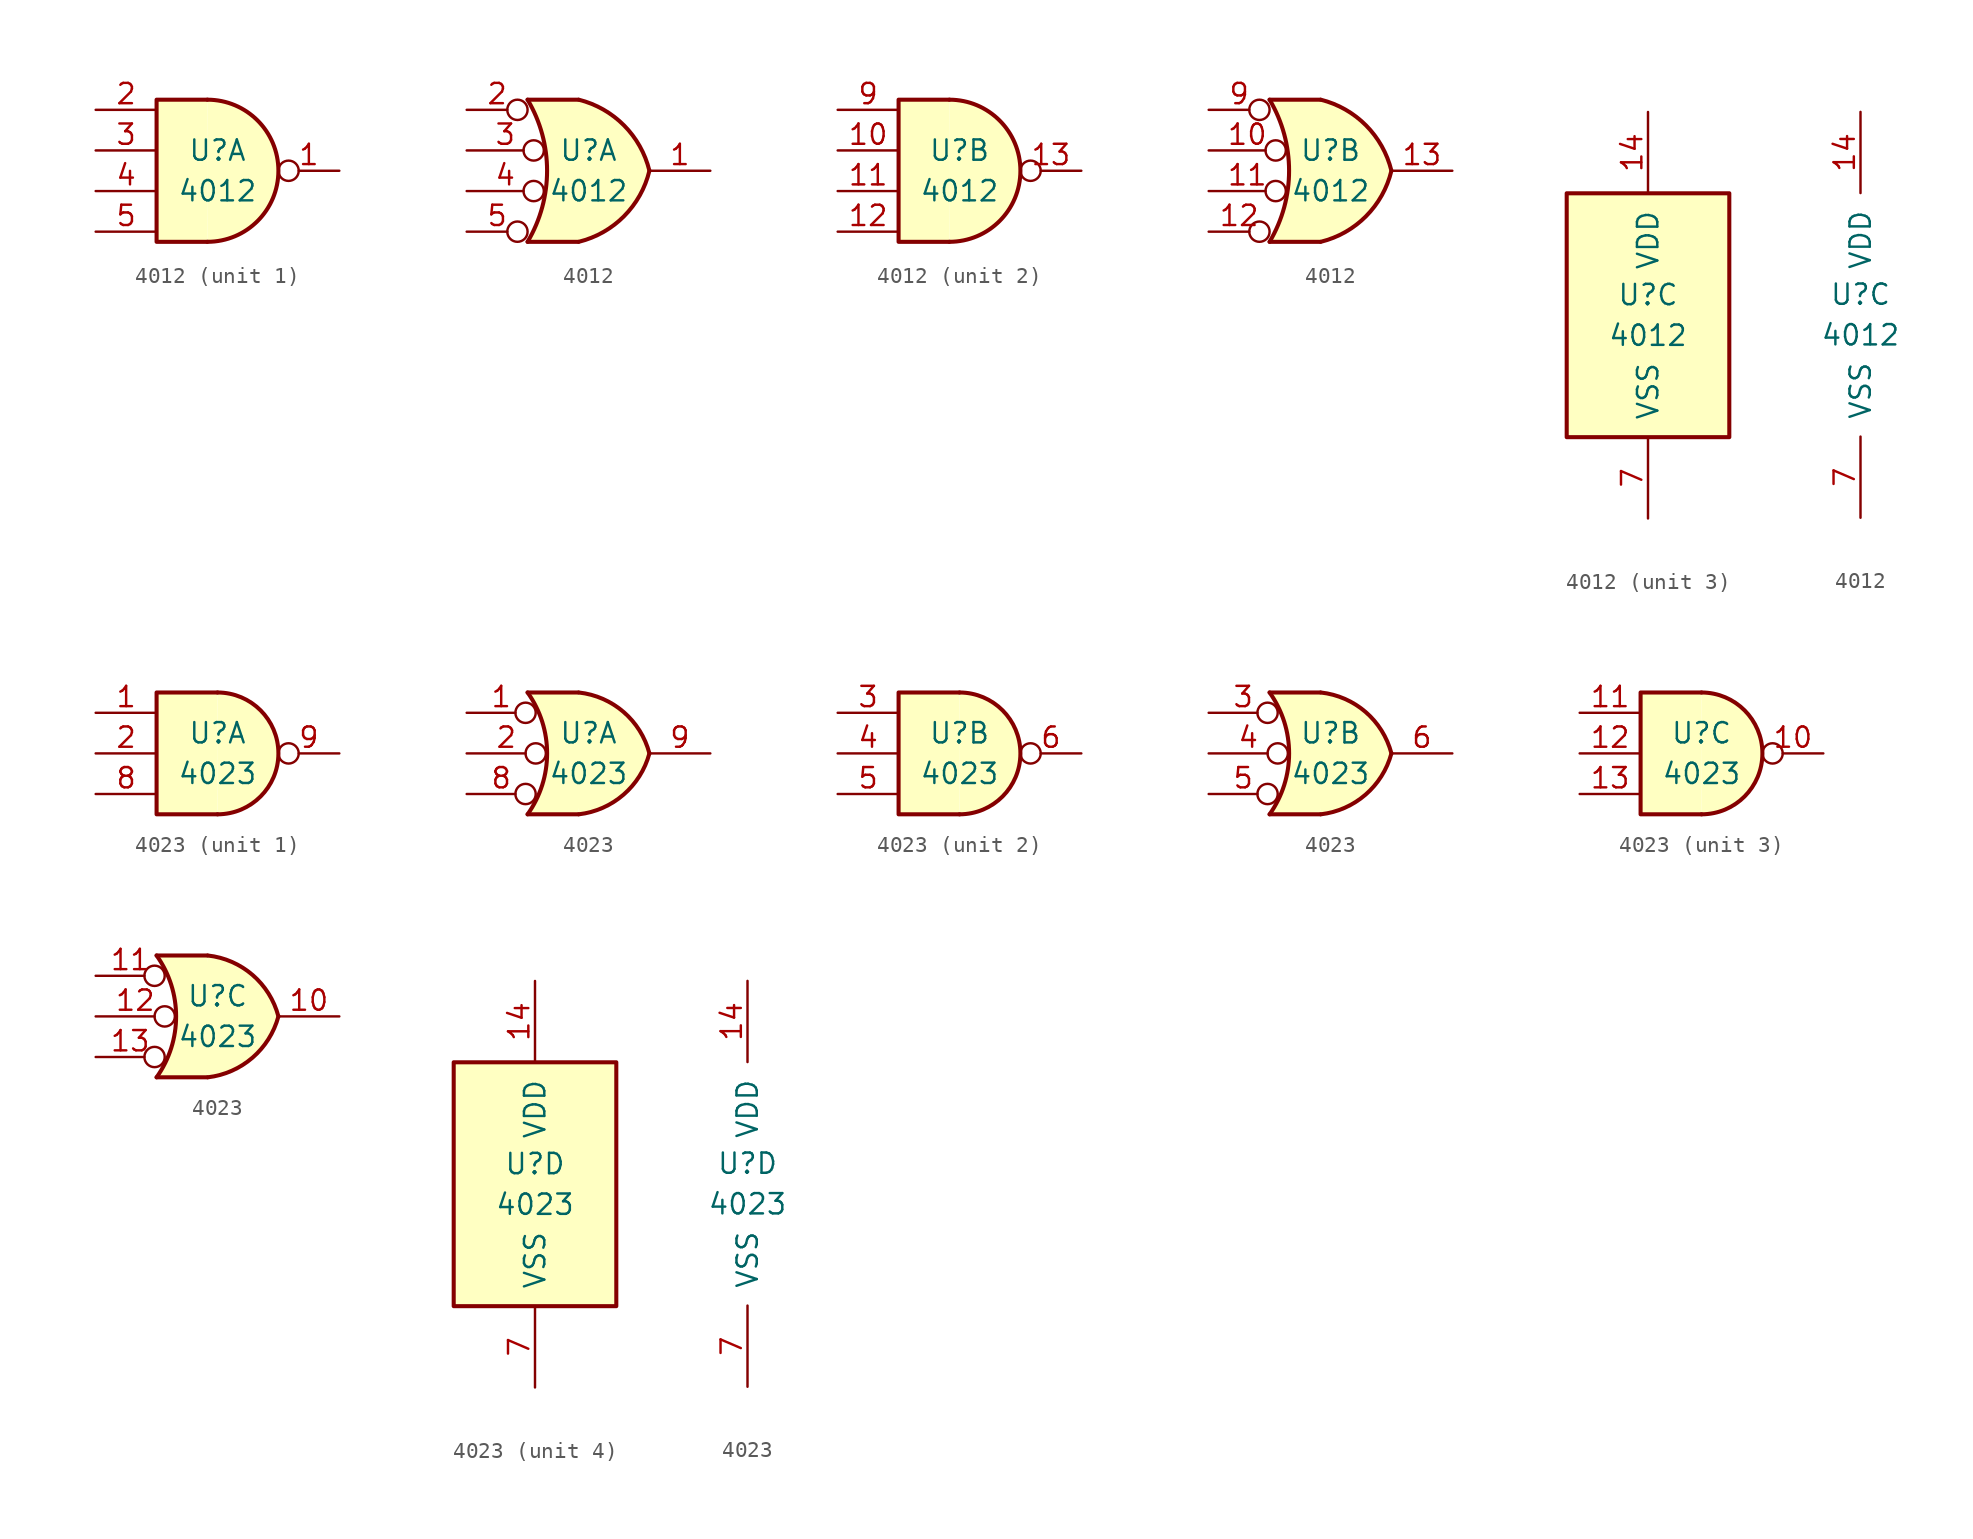
<source format=kicad_sym>
(kicad_symbol_lib
  (version 20211014)
  (generator kicad_symbol_editor)
  (symbol "4012"
    (pin_names
      (offset 1.016))
    (property "Reference" "U"
      (at 0 1.27 0)
      (effects (font (size 1.27 1.27))))
    (property "Value" "4012"
      (at 0 -1.27 0)
      (effects (font (size 1.27 1.27))))
    (property "ki_locked" ""
      (at 0 0 0)
      (effects (font (size 1.27 1.27))))
    (symbol "4012_1_1"
      (arc (start -0.635 -4.445) (mid 3.81 0) (end -0.635 4.445) (stroke (width 0.254) (type default) (color 0 0 0 0)) (fill (type background)))
      (polyline (pts (xy -0.635 4.445) (xy -3.81 4.445) (xy -3.81 -4.445) (xy -0.635 -4.445)) (stroke (width 0.254) (type default) (color 0 0 0 0)) (fill (type background)))
      (pin output inverted (at 7.62 0 180) (length 3.81) (name "~" (effects (font (size 1.27 1.27)))) (number "1" (effects (font (size 1.27 1.27)))))
      (pin input line (at -7.62 3.81 0) (length 3.81) (name "~" (effects (font (size 1.27 1.27)))) (number "2" (effects (font (size 1.27 1.27)))))
      (pin input line (at -7.62 1.27 0) (length 3.81) (name "~" (effects (font (size 1.27 1.27)))) (number "3" (effects (font (size 1.27 1.27)))))
      (pin input line (at -7.62 -1.27 0) (length 3.81) (name "~" (effects (font (size 1.27 1.27)))) (number "4" (effects (font (size 1.27 1.27)))))
      (pin input line (at -7.62 -3.81 0) (length 3.81) (name "~" (effects (font (size 1.27 1.27)))) (number "5" (effects (font (size 1.27 1.27))))))
    (symbol "4012_1_2"
      (arc (start -3.81 -4.445) (mid -2.5908 0) (end -3.81 4.445) (stroke (width 0.254) (type default) (color 0 0 0 0)) (fill (type none)))
      (arc (start -0.6096 -4.445) (mid 2.224 -2.8428) (end 3.81 0) (stroke (width 0.254) (type default) (color 0 0 0 0)) (fill (type background)))
      (polyline (pts (xy -3.81 -4.445) (xy -0.635 -4.445)) (stroke (width 0.254) (type default) (color 0 0 0 0)) (fill (type background)))
      (polyline (pts (xy -3.81 4.445) (xy -0.635 4.445)) (stroke (width 0.254) (type default) (color 0 0 0 0)) (fill (type background)))
      (polyline (pts (xy -0.635 4.445) (xy -3.81 4.445) (xy -3.81 4.445) (xy -3.632 4.089) (xy -3.099 2.921) (xy -2.769 1.676) (xy -2.616 0.432) (xy -2.642 -0.864) (xy -2.87 -2.108) (xy -3.251 -3.327) (xy -3.81 -4.445) (xy -3.81 -4.445) (xy -0.635 -4.445)) (stroke (width -25.4) (type default) (color 0 0 0 0)) (fill (type background)))
      (arc (start 3.81 0) (mid 2.2198 2.8385) (end -0.6096 4.445) (stroke (width 0.254) (type default) (color 0 0 0 0)) (fill (type background)))
      (pin output line (at 7.62 0 180) (length 3.81) (name "~" (effects (font (size 1.27 1.27)))) (number "1" (effects (font (size 1.27 1.27)))))
      (pin input inverted (at -7.62 3.81 0) (length 3.81) (name "~" (effects (font (size 1.27 1.27)))) (number "2" (effects (font (size 1.27 1.27)))))
      (pin input inverted (at -7.62 1.27 0) (length 4.826) (name "~" (effects (font (size 1.27 1.27)))) (number "3" (effects (font (size 1.27 1.27)))))
      (pin input inverted (at -7.62 -1.27 0) (length 4.826) (name "~" (effects (font (size 1.27 1.27)))) (number "4" (effects (font (size 1.27 1.27)))))
      (pin input inverted (at -7.62 -3.81 0) (length 3.81) (name "~" (effects (font (size 1.27 1.27)))) (number "5" (effects (font (size 1.27 1.27))))))
    (symbol "4012_2_1"
      (arc (start -0.635 -4.445) (mid 3.81 0) (end -0.635 4.445) (stroke (width 0.254) (type default) (color 0 0 0 0)) (fill (type background)))
      (polyline (pts (xy -0.635 4.445) (xy -3.81 4.445) (xy -3.81 -4.445) (xy -0.635 -4.445)) (stroke (width 0.254) (type default) (color 0 0 0 0)) (fill (type background)))
      (pin input line (at -7.62 1.27 0) (length 3.81) (name "~" (effects (font (size 1.27 1.27)))) (number "10" (effects (font (size 1.27 1.27)))))
      (pin input line (at -7.62 -1.27 0) (length 3.81) (name "~" (effects (font (size 1.27 1.27)))) (number "11" (effects (font (size 1.27 1.27)))))
      (pin input line (at -7.62 -3.81 0) (length 3.81) (name "~" (effects (font (size 1.27 1.27)))) (number "12" (effects (font (size 1.27 1.27)))))
      (pin output inverted (at 7.62 0 180) (length 3.81) (name "~" (effects (font (size 1.27 1.27)))) (number "13" (effects (font (size 1.27 1.27)))))
      (pin input line (at -7.62 3.81 0) (length 3.81) (name "~" (effects (font (size 1.27 1.27)))) (number "9" (effects (font (size 1.27 1.27))))))
    (symbol "4012_2_2"
      (arc (start -3.81 -4.445) (mid -2.5908 0) (end -3.81 4.445) (stroke (width 0.254) (type default) (color 0 0 0 0)) (fill (type none)))
      (arc (start -0.6096 -4.445) (mid 2.224 -2.8428) (end 3.81 0) (stroke (width 0.254) (type default) (color 0 0 0 0)) (fill (type background)))
      (polyline (pts (xy -3.81 -4.445) (xy -0.635 -4.445)) (stroke (width 0.254) (type default) (color 0 0 0 0)) (fill (type background)))
      (polyline (pts (xy -3.81 4.445) (xy -0.635 4.445)) (stroke (width 0.254) (type default) (color 0 0 0 0)) (fill (type background)))
      (polyline (pts (xy -0.635 4.445) (xy -3.81 4.445) (xy -3.81 4.445) (xy -3.632 4.089) (xy -3.099 2.921) (xy -2.769 1.676) (xy -2.616 0.432) (xy -2.642 -0.864) (xy -2.87 -2.108) (xy -3.251 -3.327) (xy -3.81 -4.445) (xy -3.81 -4.445) (xy -0.635 -4.445)) (stroke (width -25.4) (type default) (color 0 0 0 0)) (fill (type background)))
      (arc (start 3.81 0) (mid 2.2198 2.8385) (end -0.6096 4.445) (stroke (width 0.254) (type default) (color 0 0 0 0)) (fill (type background)))
      (pin input inverted (at -7.62 1.27 0) (length 4.826) (name "~" (effects (font (size 1.27 1.27)))) (number "10" (effects (font (size 1.27 1.27)))))
      (pin input inverted (at -7.62 -1.27 0) (length 4.826) (name "~" (effects (font (size 1.27 1.27)))) (number "11" (effects (font (size 1.27 1.27)))))
      (pin input inverted (at -7.62 -3.81 0) (length 3.81) (name "~" (effects (font (size 1.27 1.27)))) (number "12" (effects (font (size 1.27 1.27)))))
      (pin output line (at 7.62 0 180) (length 3.81) (name "~" (effects (font (size 1.27 1.27)))) (number "13" (effects (font (size 1.27 1.27)))))
      (pin input inverted (at -7.62 3.81 0) (length 3.81) (name "~" (effects (font (size 1.27 1.27)))) (number "9" (effects (font (size 1.27 1.27))))))
    (symbol "4012_3_0"
      (pin power_in line (at 0 12.7 270) (length 5.08) (name "VDD" (effects (font (size 1.27 1.27)))) (number "14" (effects (font (size 1.27 1.27)))))
      (pin power_in line (at 0 -12.7 90) (length 5.08) (name "VSS" (effects (font (size 1.27 1.27)))) (number "7" (effects (font (size 1.27 1.27))))))
    (symbol "4012_3_1"
      (rectangle (start -5.08 7.62) (end 5.08 -7.62) (stroke (width 0.254) (type default) (color 0 0 0 0)) (fill (type background)))))
  (symbol "4023"
    (pin_names
      (offset 1.016))
    (property "Reference" "U"
      (at 0 1.27 0)
      (effects (font (size 1.27 1.27))))
    (property "Value" "4023"
      (at 0 -1.27 0)
      (effects (font (size 1.27 1.27))))
    (property "ki_locked" ""
      (at 0 0 0)
      (effects (font (size 1.27 1.27))))
    (symbol "4023_1_1"
      (arc (start 0 -3.81) (mid 3.81 0) (end 0 3.81) (stroke (width 0.254) (type default) (color 0 0 0 0)) (fill (type background)))
      (polyline (pts (xy 0 3.81) (xy -3.81 3.81) (xy -3.81 -3.81) (xy 0 -3.81)) (stroke (width 0.254) (type default) (color 0 0 0 0)) (fill (type background)))
      (pin input line (at -7.62 2.54 0) (length 3.81) (name "~" (effects (font (size 1.27 1.27)))) (number "1" (effects (font (size 1.27 1.27)))))
      (pin input line (at -7.62 0 0) (length 3.81) (name "~" (effects (font (size 1.27 1.27)))) (number "2" (effects (font (size 1.27 1.27)))))
      (pin input line (at -7.62 -2.54 0) (length 3.81) (name "~" (effects (font (size 1.27 1.27)))) (number "8" (effects (font (size 1.27 1.27)))))
      (pin output inverted (at 7.62 0 180) (length 3.81) (name "~" (effects (font (size 1.27 1.27)))) (number "9" (effects (font (size 1.27 1.27))))))
    (symbol "4023_1_2"
      (arc (start -3.81 -3.81) (mid -2.589 0) (end -3.81 3.81) (stroke (width 0.254) (type default) (color 0 0 0 0)) (fill (type none)))
      (arc (start -0.6096 -3.81) (mid 2.1855 -2.584) (end 3.81 0) (stroke (width 0.254) (type default) (color 0 0 0 0)) (fill (type background)))
      (polyline (pts (xy -3.81 -3.81) (xy -0.635 -3.81)) (stroke (width 0.254) (type default) (color 0 0 0 0)) (fill (type background)))
      (polyline (pts (xy -3.81 3.81) (xy -0.635 3.81)) (stroke (width 0.254) (type default) (color 0 0 0 0)) (fill (type background)))
      (polyline (pts (xy -0.635 3.81) (xy -3.81 3.81) (xy -3.81 3.81) (xy -3.556 3.404) (xy -3.023 2.261) (xy -2.692 1.041) (xy -2.616 -0.254) (xy -2.769 -1.499) (xy -3.175 -2.718) (xy -3.81 -3.81) (xy -3.81 -3.81) (xy -0.635 -3.81)) (stroke (width -25.4) (type default) (color 0 0 0 0)) (fill (type background)))
      (arc (start 3.81 0) (mid 2.1928 2.5925) (end -0.6096 3.81) (stroke (width 0.254) (type default) (color 0 0 0 0)) (fill (type background)))
      (pin input inverted (at -7.62 2.54 0) (length 4.318) (name "~" (effects (font (size 1.27 1.27)))) (number "1" (effects (font (size 1.27 1.27)))))
      (pin input inverted (at -7.62 0 0) (length 4.953) (name "~" (effects (font (size 1.27 1.27)))) (number "2" (effects (font (size 1.27 1.27)))))
      (pin input inverted (at -7.62 -2.54 0) (length 4.318) (name "~" (effects (font (size 1.27 1.27)))) (number "8" (effects (font (size 1.27 1.27)))))
      (pin output line (at 7.62 0 180) (length 3.81) (name "~" (effects (font (size 1.27 1.27)))) (number "9" (effects (font (size 1.27 1.27))))))
    (symbol "4023_2_1"
      (arc (start 0 -3.81) (mid 3.81 0) (end 0 3.81) (stroke (width 0.254) (type default) (color 0 0 0 0)) (fill (type background)))
      (polyline (pts (xy 0 3.81) (xy -3.81 3.81) (xy -3.81 -3.81) (xy 0 -3.81)) (stroke (width 0.254) (type default) (color 0 0 0 0)) (fill (type background)))
      (pin input line (at -7.62 2.54 0) (length 3.81) (name "~" (effects (font (size 1.27 1.27)))) (number "3" (effects (font (size 1.27 1.27)))))
      (pin input line (at -7.62 0 0) (length 3.81) (name "~" (effects (font (size 1.27 1.27)))) (number "4" (effects (font (size 1.27 1.27)))))
      (pin input line (at -7.62 -2.54 0) (length 3.81) (name "~" (effects (font (size 1.27 1.27)))) (number "5" (effects (font (size 1.27 1.27)))))
      (pin output inverted (at 7.62 0 180) (length 3.81) (name "~" (effects (font (size 1.27 1.27)))) (number "6" (effects (font (size 1.27 1.27))))))
    (symbol "4023_2_2"
      (arc (start -3.81 -3.81) (mid -2.589 0) (end -3.81 3.81) (stroke (width 0.254) (type default) (color 0 0 0 0)) (fill (type none)))
      (arc (start -0.6096 -3.81) (mid 2.1855 -2.584) (end 3.81 0) (stroke (width 0.254) (type default) (color 0 0 0 0)) (fill (type background)))
      (polyline (pts (xy -3.81 -3.81) (xy -0.635 -3.81)) (stroke (width 0.254) (type default) (color 0 0 0 0)) (fill (type background)))
      (polyline (pts (xy -3.81 3.81) (xy -0.635 3.81)) (stroke (width 0.254) (type default) (color 0 0 0 0)) (fill (type background)))
      (polyline (pts (xy -0.635 3.81) (xy -3.81 3.81) (xy -3.81 3.81) (xy -3.556 3.404) (xy -3.023 2.261) (xy -2.692 1.041) (xy -2.616 -0.254) (xy -2.769 -1.499) (xy -3.175 -2.718) (xy -3.81 -3.81) (xy -3.81 -3.81) (xy -0.635 -3.81)) (stroke (width -25.4) (type default) (color 0 0 0 0)) (fill (type background)))
      (arc (start 3.81 0) (mid 2.1928 2.5925) (end -0.6096 3.81) (stroke (width 0.254) (type default) (color 0 0 0 0)) (fill (type background)))
      (pin input inverted (at -7.62 2.54 0) (length 4.318) (name "~" (effects (font (size 1.27 1.27)))) (number "3" (effects (font (size 1.27 1.27)))))
      (pin input inverted (at -7.62 0 0) (length 4.953) (name "~" (effects (font (size 1.27 1.27)))) (number "4" (effects (font (size 1.27 1.27)))))
      (pin input inverted (at -7.62 -2.54 0) (length 4.318) (name "~" (effects (font (size 1.27 1.27)))) (number "5" (effects (font (size 1.27 1.27)))))
      (pin output line (at 7.62 0 180) (length 3.81) (name "~" (effects (font (size 1.27 1.27)))) (number "6" (effects (font (size 1.27 1.27))))))
    (symbol "4023_3_1"
      (arc (start 0 -3.81) (mid 3.81 0) (end 0 3.81) (stroke (width 0.254) (type default) (color 0 0 0 0)) (fill (type background)))
      (polyline (pts (xy 0 3.81) (xy -3.81 3.81) (xy -3.81 -3.81) (xy 0 -3.81)) (stroke (width 0.254) (type default) (color 0 0 0 0)) (fill (type background)))
      (pin output inverted (at 7.62 0 180) (length 3.81) (name "~" (effects (font (size 1.27 1.27)))) (number "10" (effects (font (size 1.27 1.27)))))
      (pin input line (at -7.62 2.54 0) (length 3.81) (name "~" (effects (font (size 1.27 1.27)))) (number "11" (effects (font (size 1.27 1.27)))))
      (pin input line (at -7.62 0 0) (length 3.81) (name "~" (effects (font (size 1.27 1.27)))) (number "12" (effects (font (size 1.27 1.27)))))
      (pin input line (at -7.62 -2.54 0) (length 3.81) (name "~" (effects (font (size 1.27 1.27)))) (number "13" (effects (font (size 1.27 1.27))))))
    (symbol "4023_3_2"
      (arc (start -3.81 -3.81) (mid -2.589 0) (end -3.81 3.81) (stroke (width 0.254) (type default) (color 0 0 0 0)) (fill (type none)))
      (arc (start -0.6096 -3.81) (mid 2.1855 -2.584) (end 3.81 0) (stroke (width 0.254) (type default) (color 0 0 0 0)) (fill (type background)))
      (polyline (pts (xy -3.81 -3.81) (xy -0.635 -3.81)) (stroke (width 0.254) (type default) (color 0 0 0 0)) (fill (type background)))
      (polyline (pts (xy -3.81 3.81) (xy -0.635 3.81)) (stroke (width 0.254) (type default) (color 0 0 0 0)) (fill (type background)))
      (polyline (pts (xy -0.635 3.81) (xy -3.81 3.81) (xy -3.81 3.81) (xy -3.556 3.404) (xy -3.023 2.261) (xy -2.692 1.041) (xy -2.616 -0.254) (xy -2.769 -1.499) (xy -3.175 -2.718) (xy -3.81 -3.81) (xy -3.81 -3.81) (xy -0.635 -3.81)) (stroke (width -25.4) (type default) (color 0 0 0 0)) (fill (type background)))
      (arc (start 3.81 0) (mid 2.1928 2.5925) (end -0.6096 3.81) (stroke (width 0.254) (type default) (color 0 0 0 0)) (fill (type background)))
      (pin output line (at 7.62 0 180) (length 3.81) (name "~" (effects (font (size 1.27 1.27)))) (number "10" (effects (font (size 1.27 1.27)))))
      (pin input inverted (at -7.62 2.54 0) (length 4.318) (name "~" (effects (font (size 1.27 1.27)))) (number "11" (effects (font (size 1.27 1.27)))))
      (pin input inverted (at -7.62 0 0) (length 4.953) (name "~" (effects (font (size 1.27 1.27)))) (number "12" (effects (font (size 1.27 1.27)))))
      (pin input inverted (at -7.62 -2.54 0) (length 4.318) (name "~" (effects (font (size 1.27 1.27)))) (number "13" (effects (font (size 1.27 1.27))))))
    (symbol "4023_4_0"
      (pin power_in line (at 0 12.7 270) (length 5.08) (name "VDD" (effects (font (size 1.27 1.27)))) (number "14" (effects (font (size 1.27 1.27)))))
      (pin power_in line (at 0 -12.7 90) (length 5.08) (name "VSS" (effects (font (size 1.27 1.27)))) (number "7" (effects (font (size 1.27 1.27))))))
    (symbol "4023_4_1"
      (rectangle (start -5.08 7.62) (end 5.08 -7.62) (stroke (width 0.254) (type default) (color 0 0 0 0)) (fill (type background))))))
</source>
